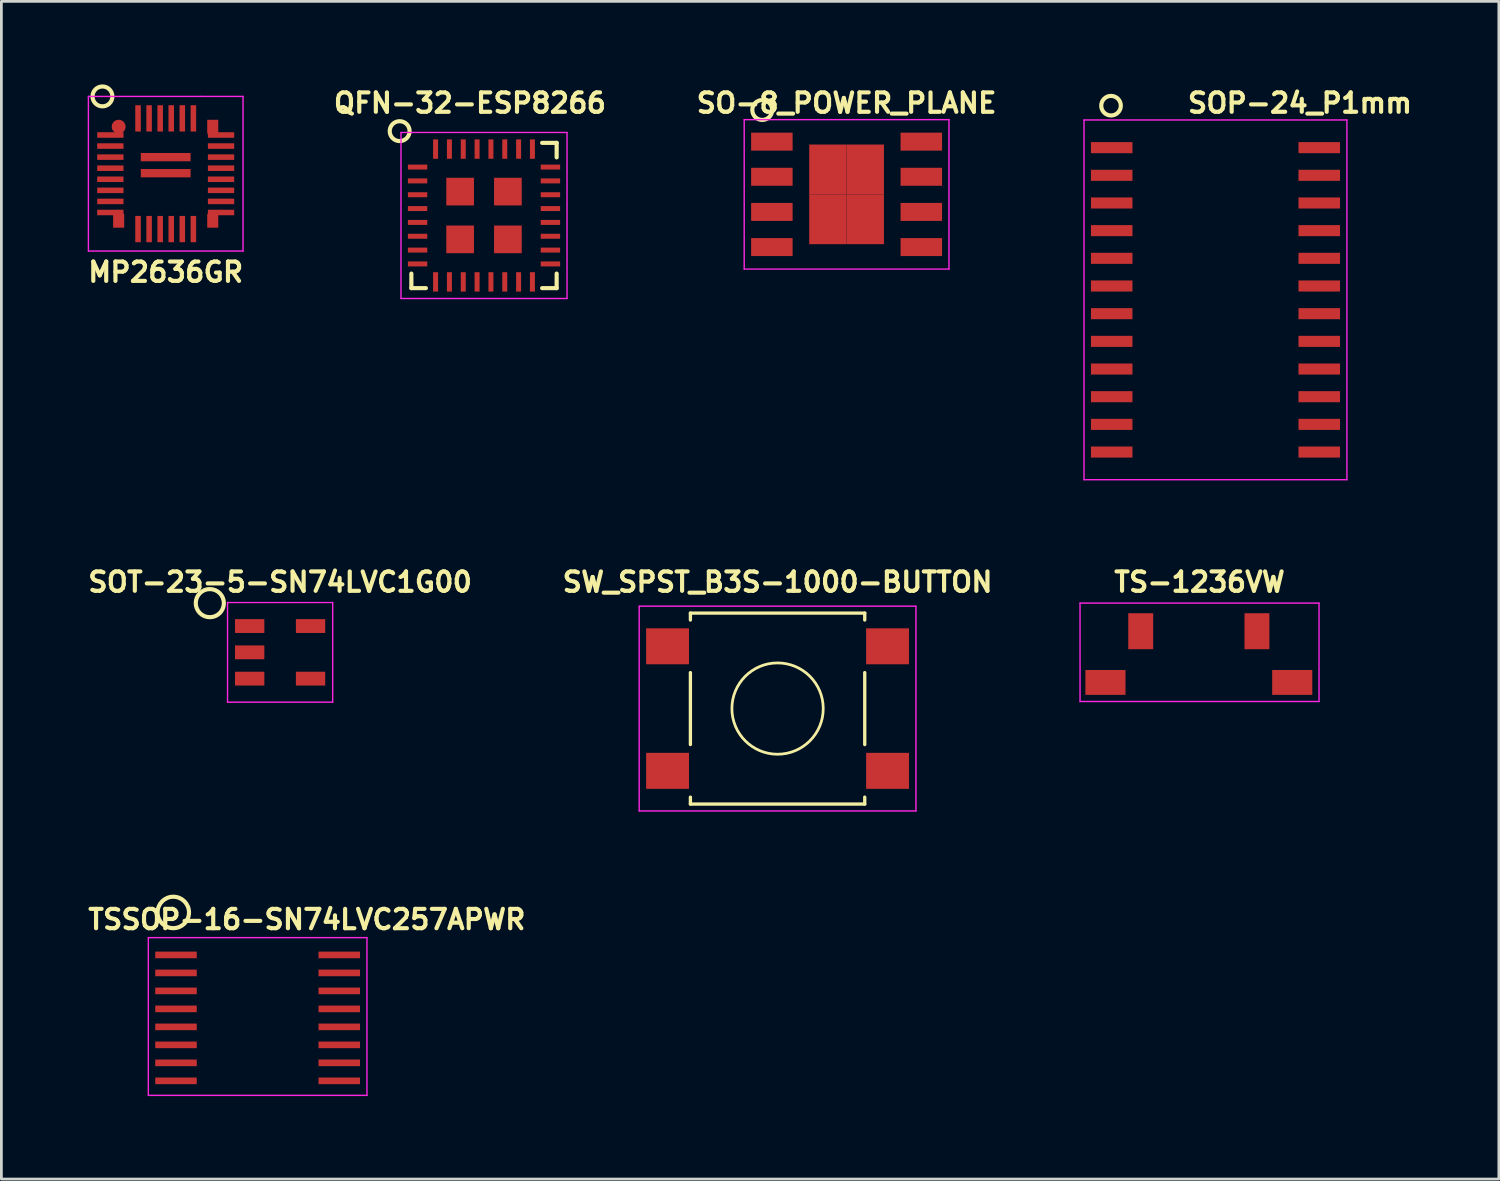
<source format=kicad_pcb>
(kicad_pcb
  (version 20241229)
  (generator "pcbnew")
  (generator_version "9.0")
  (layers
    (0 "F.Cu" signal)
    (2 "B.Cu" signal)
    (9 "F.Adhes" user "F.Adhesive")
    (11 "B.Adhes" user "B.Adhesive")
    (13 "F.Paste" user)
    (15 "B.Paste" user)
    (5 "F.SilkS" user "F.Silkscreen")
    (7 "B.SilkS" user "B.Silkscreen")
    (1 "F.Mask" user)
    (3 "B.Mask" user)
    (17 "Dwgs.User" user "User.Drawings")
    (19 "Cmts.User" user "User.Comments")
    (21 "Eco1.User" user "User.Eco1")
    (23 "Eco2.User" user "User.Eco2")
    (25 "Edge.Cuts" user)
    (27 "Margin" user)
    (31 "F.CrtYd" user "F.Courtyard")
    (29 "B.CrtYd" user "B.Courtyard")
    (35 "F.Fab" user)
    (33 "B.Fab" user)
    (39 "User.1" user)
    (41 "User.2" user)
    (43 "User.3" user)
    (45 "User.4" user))
  (footprint "TS-1236VW"
    (layer "F.Cu")
    (at 40.296 20.776)
    (property "Reference" "TS-1236VW" (at 0 -2.794 0) (layer "F.SilkS") (effects (font (size 0.7 0.7) (thickness 0.15))))
    (attr through_hole)
    (fp_line (start -4.318 -2.032) (end 4.318 -2.032) (stroke (width 0.05) (type solid)) (layer "F.CrtYd"))
    (fp_line (start -4.318 1.524) (end -4.318 -2.032) (stroke (width 0.05) (type solid)) (layer "F.CrtYd"))
    (fp_line (start 4.318 -2.032) (end 4.318 1.524) (stroke (width 0.05) (type solid)) (layer "F.CrtYd"))
    (fp_line (start 4.318 1.524) (end -4.318 1.524) (stroke (width 0.05) (type solid)) (layer "F.CrtYd"))
    (pad "1" smd rect (at -2.125 -1.016) (size 0.9 1.3) (layers "F.Cu" "F.Mask" "F.Paste"))
    (pad "2" smd rect (at -3.4 0.834) (size 1.45 0.9) (layers "F.Cu" "F.Mask" "F.Paste"))
    (pad "2" smd rect (at 2.075 -1.016) (size 0.9 1.3) (layers "F.Cu" "F.Mask" "F.Paste"))
    (pad "2" smd rect (at 3.35 0.834) (size 1.45 0.9) (layers "F.Cu" "F.Mask" "F.Paste")))
  (footprint "SOP-24_P1mm"
    (layer "F.Cu")
    (at 40.622 7.785)
    (property "Reference" "SOP-24_P1mm" (at 3.302 -7.112 0) (layer "F.SilkS") (effects (font (size 0.7 0.7) (thickness 0.15))))
    (attr through_hole)
    (fp_circle (center -3.524 -7.016) (end -3.274 -6.766) (stroke (width 0.15) (type solid)) (fill no) (layer "F.SilkS"))
    (fp_line (start -4.5 -6.5) (end -4.5 6.5) (stroke (width 0.05) (type solid)) (layer "F.CrtYd"))
    (fp_line (start -4.5 6.5) (end 5 6.5) (stroke (width 0.05) (type solid)) (layer "F.CrtYd"))
    (fp_line (start 5 -6.5) (end -4.5 -6.5) (stroke (width 0.05) (type solid)) (layer "F.CrtYd"))
    (fp_line (start 5 6.5) (end 5 -6.5) (stroke (width 0.05) (type solid)) (layer "F.CrtYd"))
    (pad "1" smd rect (at -3.5 -5.5) (size 1.5 0.4) (layers "F.Cu" "F.Mask" "F.Paste"))
    (pad "2" smd rect (at -3.5 -4.5) (size 1.5 0.4) (layers "F.Cu" "F.Mask" "F.Paste"))
    (pad "3" smd rect (at -3.5 -3.5) (size 1.5 0.4) (layers "F.Cu" "F.Mask" "F.Paste"))
    (pad "4" smd rect (at -3.5 -2.5) (size 1.5 0.4) (layers "F.Cu" "F.Mask" "F.Paste"))
    (pad "5" smd rect (at -3.5 -1.5) (size 1.5 0.4) (layers "F.Cu" "F.Mask" "F.Paste"))
    (pad "6" smd rect (at -3.5 -0.5) (size 1.5 0.4) (layers "F.Cu" "F.Mask" "F.Paste"))
    (pad "7" smd rect (at -3.5 0.5) (size 1.5 0.4) (layers "F.Cu" "F.Mask" "F.Paste"))
    (pad "8" smd rect (at -3.5 1.5) (size 1.5 0.4) (layers "F.Cu" "F.Mask" "F.Paste"))
    (pad "9" smd rect (at -3.5 2.5) (size 1.5 0.4) (layers "F.Cu" "F.Mask" "F.Paste"))
    (pad "10" smd rect (at -3.5 3.5) (size 1.5 0.4) (layers "F.Cu" "F.Mask" "F.Paste"))
    (pad "11" smd rect (at -3.5 4.5) (size 1.5 0.4) (layers "F.Cu" "F.Mask" "F.Paste"))
    (pad "12" smd rect (at -3.5 5.5) (size 1.5 0.4) (layers "F.Cu" "F.Mask" "F.Paste"))
    (pad "13" smd rect (at 4 5.5) (size 1.5 0.4) (layers "F.Cu" "F.Mask" "F.Paste"))
    (pad "14" smd rect (at 4 4.5) (size 1.5 0.4) (layers "F.Cu" "F.Mask" "F.Paste"))
    (pad "15" smd rect (at 4 3.5) (size 1.5 0.4) (layers "F.Cu" "F.Mask" "F.Paste"))
    (pad "16" smd rect (at 4 2.5) (size 1.5 0.4) (layers "F.Cu" "F.Mask" "F.Paste"))
    (pad "17" smd rect (at 4 1.5) (size 1.5 0.4) (layers "F.Cu" "F.Mask" "F.Paste"))
    (pad "18" smd rect (at 4 0.5) (size 1.5 0.4) (layers "F.Cu" "F.Mask" "F.Paste"))
    (pad "19" smd rect (at 4 -0.5) (size 1.5 0.4) (layers "F.Cu" "F.Mask" "F.Paste"))
    (pad "20" smd rect (at 4 -1.5) (size 1.5 0.4) (layers "F.Cu" "F.Mask" "F.Paste"))
    (pad "21" smd rect (at 4 -2.5) (size 1.5 0.4) (layers "F.Cu" "F.Mask" "F.Paste"))
    (pad "22" smd rect (at 4 -3.5) (size 1.5 0.4) (layers "F.Cu" "F.Mask" "F.Paste"))
    (pad "23" smd rect (at 4 -4.5) (size 1.5 0.4) (layers "F.Cu" "F.Mask" "F.Paste"))
    (pad "24" smd rect (at 4 -5.5) (size 1.5 0.4) (layers "F.Cu" "F.Mask" "F.Paste")))
  (footprint "QFN-32-ESP8266"
    (layer "F.Cu")
    (at 14.44 4.737)
    (property "Reference" "QFN-32-ESP8266" (at -0.508 -4.064 0) (layer "F.SilkS") (effects (font (size 0.7 0.7) (thickness 0.15))))
    (attr smd)
    (fp_line (start -2.625 2.625) (end -2.625 2.1) (stroke (width 0.15) (type solid)) (layer "F.SilkS"))
    (fp_line (start -2.625 2.625) (end -2.1 2.625) (stroke (width 0.15) (type solid)) (layer "F.SilkS"))
    (fp_line (start 2.625 -2.625) (end 2.1 -2.625) (stroke (width 0.15) (type solid)) (layer "F.SilkS"))
    (fp_line (start 2.625 -2.625) (end 2.625 -2.1) (stroke (width 0.15) (type solid)) (layer "F.SilkS"))
    (fp_line (start 2.625 2.625) (end 2.1 2.625) (stroke (width 0.15) (type solid)) (layer "F.SilkS"))
    (fp_line (start 2.625 2.625) (end 2.625 2.1) (stroke (width 0.15) (type solid)) (layer "F.SilkS"))
    (fp_circle (center -3.048 -3.048) (end -2.794 -2.794) (stroke (width 0.15) (type solid)) (fill no) (layer "F.SilkS"))
    (fp_line (start -3 -3) (end -3 3) (stroke (width 0.05) (type solid)) (layer "F.CrtYd"))
    (fp_line (start -3 -3) (end 3 -3) (stroke (width 0.05) (type solid)) (layer "F.CrtYd"))
    (fp_line (start -3 3) (end 3 3) (stroke (width 0.05) (type solid)) (layer "F.CrtYd"))
    (fp_line (start 3 -3) (end 3 3) (stroke (width 0.05) (type solid)) (layer "F.CrtYd"))
    (pad "1" smd rect (at -2.4 -1.75) (size 0.7 0.18) (layers "F.Cu" "F.Mask" "F.Paste"))
    (pad "2" smd rect (at -2.4 -1.25) (size 0.7 0.18) (layers "F.Cu" "F.Mask" "F.Paste"))
    (pad "3" smd rect (at -2.4 -0.75) (size 0.7 0.18) (layers "F.Cu" "F.Mask" "F.Paste"))
    (pad "4" smd rect (at -2.4 -0.25) (size 0.7 0.18) (layers "F.Cu" "F.Mask" "F.Paste"))
    (pad "5" smd rect (at -2.4 0.25) (size 0.7 0.18) (layers "F.Cu" "F.Mask" "F.Paste"))
    (pad "6" smd rect (at -2.4 0.75) (size 0.7 0.18) (layers "F.Cu" "F.Mask" "F.Paste"))
    (pad "7" smd rect (at -2.4 1.25) (size 0.7 0.18) (layers "F.Cu" "F.Mask" "F.Paste"))
    (pad "8" smd rect (at -2.4 1.75) (size 0.7 0.18) (layers "F.Cu" "F.Mask" "F.Paste"))
    (pad "9" smd rect (at -1.75 2.4 90) (size 0.7 0.18) (layers "F.Cu" "F.Mask" "F.Paste"))
    (pad "10" smd rect (at -1.25 2.4 90) (size 0.7 0.18) (layers "F.Cu" "F.Mask" "F.Paste"))
    (pad "11" smd rect (at -0.75 2.4 90) (size 0.7 0.18) (layers "F.Cu" "F.Mask" "F.Paste"))
    (pad "12" smd rect (at -0.25 2.4 90) (size 0.7 0.18) (layers "F.Cu" "F.Mask" "F.Paste"))
    (pad "13" smd rect (at 0.25 2.4 90) (size 0.7 0.18) (layers "F.Cu" "F.Mask" "F.Paste"))
    (pad "14" smd rect (at 0.75 2.4 90) (size 0.7 0.18) (layers "F.Cu" "F.Mask" "F.Paste"))
    (pad "15" smd rect (at 1.25 2.4 90) (size 0.7 0.18) (layers "F.Cu" "F.Mask" "F.Paste"))
    (pad "16" smd rect (at 1.75 2.4 90) (size 0.7 0.18) (layers "F.Cu" "F.Mask" "F.Paste"))
    (pad "17" smd rect (at 2.4 1.75) (size 0.7 0.18) (layers "F.Cu" "F.Mask" "F.Paste"))
    (pad "18" smd rect (at 2.4 1.25) (size 0.7 0.18) (layers "F.Cu" "F.Mask" "F.Paste"))
    (pad "19" smd rect (at 2.4 0.75) (size 0.7 0.18) (layers "F.Cu" "F.Mask" "F.Paste"))
    (pad "20" smd rect (at 2.4 0.25) (size 0.7 0.18) (layers "F.Cu" "F.Mask" "F.Paste"))
    (pad "21" smd rect (at 2.4 -0.25) (size 0.7 0.18) (layers "F.Cu" "F.Mask" "F.Paste"))
    (pad "22" smd rect (at 2.4 -0.75) (size 0.7 0.18) (layers "F.Cu" "F.Mask" "F.Paste"))
    (pad "23" smd rect (at 2.4 -1.25) (size 0.7 0.18) (layers "F.Cu" "F.Mask" "F.Paste"))
    (pad "24" smd rect (at 2.4 -1.75) (size 0.7 0.18) (layers "F.Cu" "F.Mask" "F.Paste"))
    (pad "25" smd rect (at 1.75 -2.4 90) (size 0.7 0.18) (layers "F.Cu" "F.Mask" "F.Paste"))
    (pad "26" smd rect (at 1.25 -2.4 90) (size 0.7 0.18) (layers "F.Cu" "F.Mask" "F.Paste"))
    (pad "27" smd rect (at 0.75 -2.4 90) (size 0.7 0.18) (layers "F.Cu" "F.Mask" "F.Paste"))
    (pad "28" smd rect (at 0.25 -2.4 90) (size 0.7 0.18) (layers "F.Cu" "F.Mask" "F.Paste"))
    (pad "29" smd rect (at -0.25 -2.4 90) (size 0.7 0.18) (layers "F.Cu" "F.Mask" "F.Paste"))
    (pad "30" smd rect (at -0.75 -2.4 90) (size 0.7 0.18) (layers "F.Cu" "F.Mask" "F.Paste"))
    (pad "31" smd rect (at -1.25 -2.4 90) (size 0.7 0.18) (layers "F.Cu" "F.Mask" "F.Paste"))
    (pad "32" smd rect (at -1.75 -2.4 90) (size 0.7 0.18) (layers "F.Cu" "F.Mask" "F.Paste"))
    (pad "33" smd rect (at -0.863 -0.863) (size 1 1) (layers "F.Cu" "F.Mask" "F.Paste"))
    (pad "33" smd rect (at -0.863 0.863) (size 1 1) (layers "F.Cu" "F.Mask" "F.Paste"))
    (pad "33" smd rect (at 0.863 -0.863) (size 1 1) (layers "F.Cu" "F.Mask" "F.Paste"))
    (pad "33" smd rect (at 0.863 0.863) (size 1 1) (layers "F.Cu" "F.Mask" "F.Paste")))
  (footprint "SO-8_POWER_PLANE"
    (layer "F.Cu")
    (at 27.542 3.973)
    (property "Reference" "SO-8_POWER_PLANE" (at 0 -3.3 0) (layer "F.SilkS") (effects (font (size 0.7 0.7) (thickness 0.15))))
    (attr smd)
    (fp_circle (center -3.048 -3.048) (end -2.794 -2.794) (stroke (width 0.15) (type solid)) (fill no) (layer "F.SilkS"))
    (fp_line (start -3.7 -2.7) (end -3.7 2.7) (stroke (width 0.05) (type solid)) (layer "F.CrtYd"))
    (fp_line (start -3.7 -2.7) (end 3.7 -2.7) (stroke (width 0.05) (type solid)) (layer "F.CrtYd"))
    (fp_line (start -3.7 2.7) (end 3.7 2.7) (stroke (width 0.05) (type solid)) (layer "F.CrtYd"))
    (fp_line (start 3.7 -2.7) (end 3.7 2.7) (stroke (width 0.05) (type solid)) (layer "F.CrtYd"))
    (pad "1" smd rect (at -2.7 -1.905) (size 1.5 0.65) (layers "F.Cu" "F.Mask" "F.Paste"))
    (pad "2" smd rect (at -2.7 -0.635) (size 1.5 0.65) (layers "F.Cu" "F.Mask" "F.Paste"))
    (pad "3" smd rect (at -2.7 0.635) (size 1.5 0.65) (layers "F.Cu" "F.Mask" "F.Paste"))
    (pad "4" smd rect (at -2.7 1.905) (size 1.5 0.65) (layers "F.Cu" "F.Mask" "F.Paste"))
    (pad "5" smd rect (at 2.7 1.905) (size 1.5 0.65) (layers "F.Cu" "F.Mask" "F.Paste"))
    (pad "6" smd rect (at 2.7 0.635) (size 1.5 0.65) (layers "F.Cu" "F.Mask" "F.Paste"))
    (pad "7" smd rect (at 2.7 -0.635) (size 1.5 0.65) (layers "F.Cu" "F.Mask" "F.Paste"))
    (pad "8" smd rect (at 2.7 -1.905) (size 1.5 0.65) (layers "F.Cu" "F.Mask" "F.Paste"))
    (pad "9" smd rect (at -0.675 -0.9) (size 1.35 1.8) (layers "F.Cu" "F.Mask" "F.Paste"))
    (pad "9" smd rect (at -0.675 0.9) (size 1.35 1.8) (layers "F.Cu" "F.Mask" "F.Paste"))
    (pad "9" smd rect (at 0.675 -0.9) (size 1.35 1.8) (layers "F.Cu" "F.Mask" "F.Paste"))
    (pad "9" smd rect (at 0.675 0.9) (size 1.35 1.8) (layers "F.Cu" "F.Mask" "F.Paste")))
  (footprint "TSSOP-16-SN74LVC257APWR"
    (layer "F.Cu")
    (at 6.26 33.732)
    (property "Reference" "TSSOP-16-SN74LVC257APWR" (at 1.778 -3.556 0) (layer "F.SilkS") (effects (font (size 0.7 0.7) (thickness 0.15))))
    (attr smd)
    (fp_circle (center -3.048 -3.81) (end -2.794 -3.302) (stroke (width 0.15) (type solid)) (fill no) (layer "F.SilkS"))
    (fp_line (start -3.95 -2.9) (end -3.95 2.8) (stroke (width 0.05) (type solid)) (layer "F.CrtYd"))
    (fp_line (start -3.95 -2.9) (end 3.95 -2.9) (stroke (width 0.05) (type solid)) (layer "F.CrtYd"))
    (fp_line (start -3.95 2.8) (end 3.95 2.8) (stroke (width 0.05) (type solid)) (layer "F.CrtYd"))
    (fp_line (start 3.95 -2.9) (end 3.95 2.8) (stroke (width 0.05) (type solid)) (layer "F.CrtYd"))
    (pad "1" smd rect (at -2.95 -2.275) (size 1.5 0.24) (layers "F.Cu" "F.Mask" "F.Paste"))
    (pad "2" smd rect (at -2.95 -1.625) (size 1.5 0.24) (layers "F.Cu" "F.Mask" "F.Paste"))
    (pad "3" smd rect (at -2.95 -0.975) (size 1.5 0.24) (layers "F.Cu" "F.Mask" "F.Paste"))
    (pad "4" smd rect (at -2.95 -0.325) (size 1.5 0.24) (layers "F.Cu" "F.Mask" "F.Paste"))
    (pad "5" smd rect (at -2.95 0.325) (size 1.5 0.24) (layers "F.Cu" "F.Mask" "F.Paste"))
    (pad "6" smd rect (at -2.95 0.975) (size 1.5 0.24) (layers "F.Cu" "F.Mask" "F.Paste"))
    (pad "7" smd rect (at -2.95 1.625) (size 1.5 0.24) (layers "F.Cu" "F.Mask" "F.Paste"))
    (pad "8" smd rect (at -2.95 2.275) (size 1.5 0.24) (layers "F.Cu" "F.Mask" "F.Paste"))
    (pad "9" smd rect (at 2.95 2.275) (size 1.5 0.24) (layers "F.Cu" "F.Mask" "F.Paste"))
    (pad "10" smd rect (at 2.95 1.625) (size 1.5 0.24) (layers "F.Cu" "F.Mask" "F.Paste"))
    (pad "11" smd rect (at 2.95 0.975) (size 1.5 0.24) (layers "F.Cu" "F.Mask" "F.Paste"))
    (pad "12" smd rect (at 2.95 0.325) (size 1.5 0.24) (layers "F.Cu" "F.Mask" "F.Paste"))
    (pad "13" smd rect (at 2.95 -0.325) (size 1.5 0.24) (layers "F.Cu" "F.Mask" "F.Paste"))
    (pad "14" smd rect (at 2.95 -0.975) (size 1.5 0.24) (layers "F.Cu" "F.Mask" "F.Paste"))
    (pad "15" smd rect (at 2.95 -1.625) (size 1.5 0.24) (layers "F.Cu" "F.Mask" "F.Paste"))
    (pad "16" smd rect (at 2.95 -2.275) (size 1.5 0.24) (layers "F.Cu" "F.Mask" "F.Paste")))
  (footprint "SOT-23-5-SN74LVC1G00"
    (layer "F.Cu")
    (at 7.072 20.523)
    (property "Reference" "SOT-23-5-SN74LVC1G00" (at 0 -2.54 0) (layer "F.SilkS") (effects (font (size 0.7 0.7) (thickness 0.15))))
    (attr smd)
    (fp_circle (center -2.54 -1.778) (end -2.032 -1.778) (stroke (width 0.15) (type solid)) (fill no) (layer "F.SilkS"))
    (fp_line (start -1.9 -1.8) (end 1.9 -1.8) (stroke (width 0.05) (type solid)) (layer "F.CrtYd"))
    (fp_line (start -1.9 1.8) (end -1.9 -1.8) (stroke (width 0.05) (type solid)) (layer "F.CrtYd"))
    (fp_line (start 1.9 -1.8) (end 1.9 1.8) (stroke (width 0.05) (type solid)) (layer "F.CrtYd"))
    (fp_line (start 1.9 1.8) (end -1.9 1.8) (stroke (width 0.05) (type solid)) (layer "F.CrtYd"))
    (pad "1" smd rect (at -1.1 -0.95) (size 1.06 0.5) (layers "F.Cu" "F.Mask" "F.Paste"))
    (pad "2" smd rect (at -1.1 0) (size 1.06 0.5) (layers "F.Cu" "F.Mask" "F.Paste"))
    (pad "3" smd rect (at -1.1 0.95) (size 1.06 0.5) (layers "F.Cu" "F.Mask" "F.Paste"))
    (pad "4" smd rect (at 1.1 0.95) (size 1.06 0.5) (layers "F.Cu" "F.Mask" "F.Paste"))
    (pad "5" smd rect (at 1.1 -0.95) (size 1.06 0.5) (layers "F.Cu" "F.Mask" "F.Paste")))
  (footprint "SW_SPST_B3S-1000-BUTTON"
    (layer "F.Cu")
    (at 25.048 22.555)
    (property "Reference" "SW_SPST_B3S-1000-BUTTON" (at 0 -4.572 0) (layer "F.SilkS") (effects (font (size 0.7 0.7) (thickness 0.15))))
    (attr smd)
    (fp_line (start -3.15 -3.45) (end 3.15 -3.45) (stroke (width 0.12) (type solid)) (layer "F.SilkS"))
    (fp_line (start -3.15 -3.2) (end -3.15 -3.45) (stroke (width 0.12) (type solid)) (layer "F.SilkS"))
    (fp_line (start -3.15 1.3) (end -3.15 -1.3) (stroke (width 0.12) (type solid)) (layer "F.SilkS"))
    (fp_line (start -3.15 3.45) (end -3.15 3.2) (stroke (width 0.12) (type solid)) (layer "F.SilkS"))
    (fp_line (start 3.15 -3.45) (end 3.15 -3.2) (stroke (width 0.12) (type solid)) (layer "F.SilkS"))
    (fp_line (start 3.15 -1.3) (end 3.15 1.3) (stroke (width 0.12) (type solid)) (layer "F.SilkS"))
    (fp_line (start 3.15 3.2) (end 3.15 3.45) (stroke (width 0.12) (type solid)) (layer "F.SilkS"))
    (fp_line (start 3.15 3.45) (end -3.15 3.45) (stroke (width 0.12) (type solid)) (layer "F.SilkS"))
    (fp_circle (center 0 0) (end 1.65 0) (stroke (width 0.1) (type solid)) (fill no) (layer "F.SilkS"))
    (fp_line (start -5 -3.7) (end -5 3.7) (stroke (width 0.05) (type solid)) (layer "F.CrtYd"))
    (fp_line (start -5 3.7) (end 5 3.7) (stroke (width 0.05) (type solid)) (layer "F.CrtYd"))
    (fp_line (start 5 -3.7) (end -5 -3.7) (stroke (width 0.05) (type solid)) (layer "F.CrtYd"))
    (fp_line (start 5 3.7) (end 5 -3.7) (stroke (width 0.05) (type solid)) (layer "F.CrtYd"))
    (pad "1" smd rect (at -3.975 -2.25) (size 1.55 1.3) (layers "F.Cu" "F.Mask" "F.Paste"))
    (pad "1" smd rect (at 3.975 -2.25) (size 1.55 1.3) (layers "F.Cu" "F.Mask" "F.Paste"))
    (pad "2" smd rect (at -3.975 2.25) (size 1.55 1.3) (layers "F.Cu" "F.Mask" "F.Paste"))
    (pad "2" smd rect (at 3.975 2.25) (size 1.55 1.3) (layers "F.Cu" "F.Mask" "F.Paste")))
  (footprint "MP2636GR"
    (layer "F.Cu")
    (at 2.938 3.228)
    (property "Reference" "MP2636GR" (at 0 3.556 0) (layer "F.SilkS") (effects (font (size 0.7 0.7) (thickness 0.15))))
    (attr through_hole)
    (fp_circle (center -2.286 -2.794) (end -2.032 -2.54) (stroke (width 0.15) (type solid)) (fill no) (layer "F.SilkS"))
    (fp_line (start -2.794 -2.794) (end 1.27 -2.794) (stroke (width 0.05) (type solid)) (layer "F.CrtYd"))
    (fp_line (start -2.794 2.794) (end -2.794 -2.794) (stroke (width 0.05) (type solid)) (layer "F.CrtYd"))
    (fp_line (start 1.27 -2.794) (end 2.794 -2.794) (stroke (width 0.05) (type solid)) (layer "F.CrtYd"))
    (fp_line (start 2.794 -2.794) (end 2.794 2.794) (stroke (width 0.05) (type solid)) (layer "F.CrtYd"))
    (fp_line (start 2.794 2.794) (end -2.794 2.794) (stroke (width 0.05) (type solid)) (layer "F.CrtYd"))
    (pad "1" smd rect (at -2 -1.4) (size 0.95 0.2) (layers "F.Cu" "F.Mask" "F.Paste"))
    (pad "1" smd circle (at -1.7 -1.7) (size 0.5 0.5) (layers "F.Cu" "F.Mask" "F.Paste"))
    (pad "2" smd rect (at -2 -1) (size 0.95 0.2) (layers "F.Cu" "F.Mask" "F.Paste"))
    (pad "3" smd rect (at -2 -0.6) (size 0.95 0.2) (layers "F.Cu" "F.Mask" "F.Paste"))
    (pad "4" smd rect (at -2 -0.2) (size 0.95 0.2) (layers "F.Cu" "F.Mask" "F.Paste"))
    (pad "5" smd rect (at -2 0.2) (size 0.95 0.2) (layers "F.Cu" "F.Mask" "F.Paste"))
    (pad "6" smd rect (at -2 0.6) (size 0.95 0.2) (layers "F.Cu" "F.Mask" "F.Paste"))
    (pad "7" smd rect (at -2 1) (size 0.95 0.2) (layers "F.Cu" "F.Mask" "F.Paste"))
    (pad "8" smd rect (at -2 1.4) (size 0.95 0.2) (layers "F.Cu" "F.Mask" "F.Paste"))
    (pad "8" smd rect (at -1.7 1.7) (size 0.4 0.5) (layers "F.Cu" "F.Mask" "F.Paste"))
    (pad "9" smd rect (at -1 2) (size 0.2 0.95) (layers "F.Cu" "F.Mask" "F.Paste"))
    (pad "10" smd rect (at -0.6 2) (size 0.2 0.95) (layers "F.Cu" "F.Mask" "F.Paste"))
    (pad "11" smd rect (at -0.2 2) (size 0.2 0.95) (layers "F.Cu" "F.Mask" "F.Paste"))
    (pad "12" smd rect (at 0.2 2) (size 0.2 0.95) (layers "F.Cu" "F.Mask" "F.Paste"))
    (pad "13" smd rect (at 0.6 2) (size 0.2 0.95) (layers "F.Cu" "F.Mask" "F.Paste"))
    (pad "14" smd rect (at 1 2) (size 0.2 0.95) (layers "F.Cu" "F.Mask" "F.Paste"))
    (pad "15" smd rect (at 1.7 1.7) (size 0.4 0.5) (layers "F.Cu" "F.Mask" "F.Paste"))
    (pad "15" smd rect (at 2 1.4) (size 0.95 0.2) (layers "F.Cu" "F.Mask" "F.Paste"))
    (pad "16" smd rect (at 2 1) (size 0.95 0.2) (layers "F.Cu" "F.Mask" "F.Paste"))
    (pad "17" smd rect (at 2 0.6) (size 0.95 0.2) (layers "F.Cu" "F.Mask" "F.Paste"))
    (pad "18" smd rect (at 2 0.2) (size 0.95 0.2) (layers "F.Cu" "F.Mask" "F.Paste"))
    (pad "19" smd rect (at 2 -0.2) (size 0.95 0.2) (layers "F.Cu" "F.Mask" "F.Paste"))
    (pad "20" smd rect (at 2 -0.6) (size 0.95 0.2) (layers "F.Cu" "F.Mask" "F.Paste"))
    (pad "21" smd rect (at 2 -1) (size 0.95 0.2) (layers "F.Cu" "F.Mask" "F.Paste"))
    (pad "22" smd rect (at 1.7 -1.7) (size 0.4 0.5) (layers "F.Cu" "F.Mask" "F.Paste"))
    (pad "22" smd rect (at 2 -1.4) (size 0.95 0.2) (layers "F.Cu" "F.Mask" "F.Paste"))
    (pad "23" smd rect (at 1 -2) (size 0.2 0.95) (layers "F.Cu" "F.Mask" "F.Paste"))
    (pad "24" smd rect (at 0.6 -2) (size 0.2 0.95) (layers "F.Cu" "F.Mask" "F.Paste"))
    (pad "25" smd rect (at 0.2 -2) (size 0.2 0.95) (layers "F.Cu" "F.Mask" "F.Paste"))
    (pad "26" smd rect (at -0.2 -2) (size 0.2 0.95) (layers "F.Cu" "F.Mask" "F.Paste"))
    (pad "27" smd rect (at -0.6 -2) (size 0.2 0.95) (layers "F.Cu" "F.Mask" "F.Paste"))
    (pad "28" smd rect (at -1 -2) (size 0.2 0.95) (layers "F.Cu" "F.Mask" "F.Paste"))
    (pad "29" smd rect (at 0 -0.6) (size 1.8 0.3) (layers "F.Cu" "F.Mask" "F.Paste"))
    (pad "30" smd rect (at 0 -0.02) (size 1.8 0.3) (layers "F.Cu" "F.Mask" "F.Paste")))
  (gr_rect
    (start -3 -3)
    (end 51.112 39.557)
    (stroke (width 0.1) (type default))
    (fill no)
    (layer "Edge.Cuts")))
</source>
